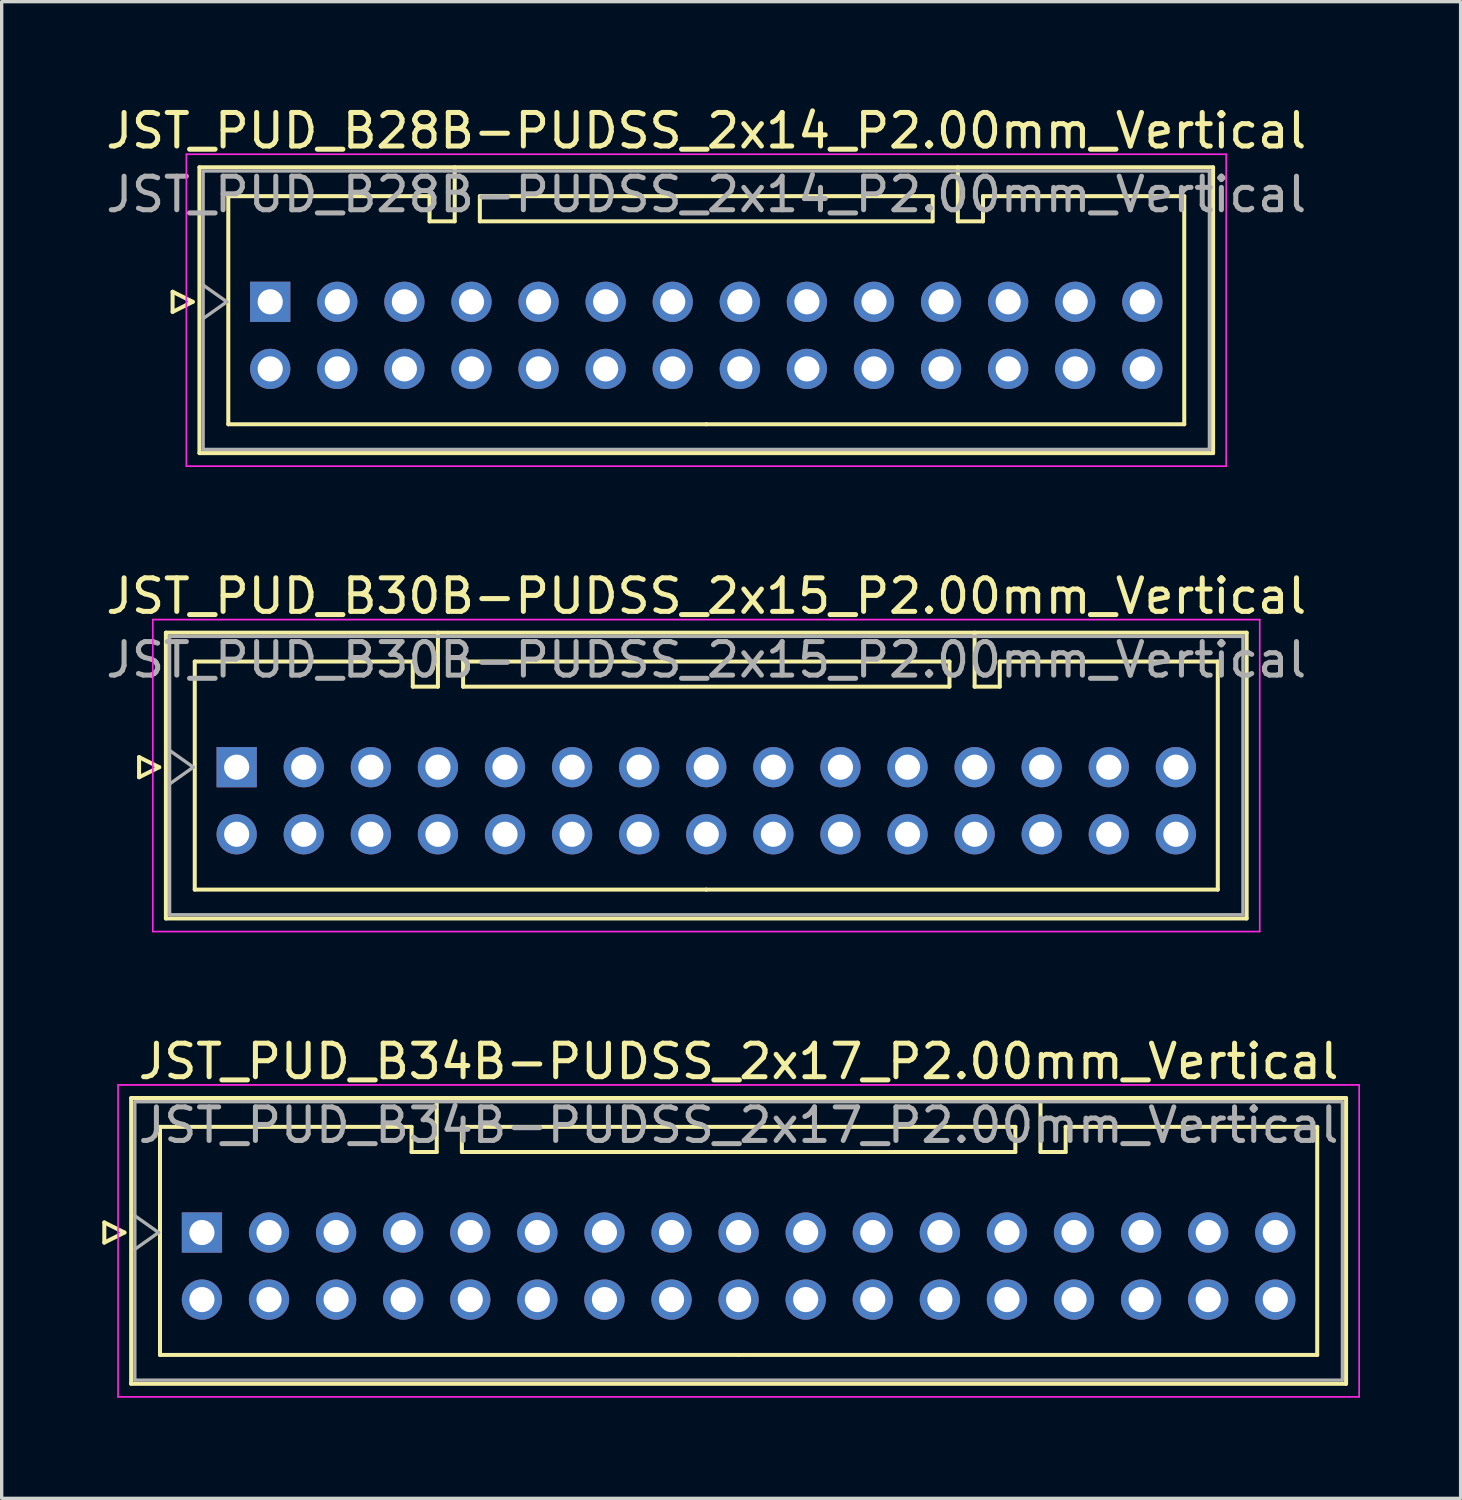
<source format=kicad_pcb>
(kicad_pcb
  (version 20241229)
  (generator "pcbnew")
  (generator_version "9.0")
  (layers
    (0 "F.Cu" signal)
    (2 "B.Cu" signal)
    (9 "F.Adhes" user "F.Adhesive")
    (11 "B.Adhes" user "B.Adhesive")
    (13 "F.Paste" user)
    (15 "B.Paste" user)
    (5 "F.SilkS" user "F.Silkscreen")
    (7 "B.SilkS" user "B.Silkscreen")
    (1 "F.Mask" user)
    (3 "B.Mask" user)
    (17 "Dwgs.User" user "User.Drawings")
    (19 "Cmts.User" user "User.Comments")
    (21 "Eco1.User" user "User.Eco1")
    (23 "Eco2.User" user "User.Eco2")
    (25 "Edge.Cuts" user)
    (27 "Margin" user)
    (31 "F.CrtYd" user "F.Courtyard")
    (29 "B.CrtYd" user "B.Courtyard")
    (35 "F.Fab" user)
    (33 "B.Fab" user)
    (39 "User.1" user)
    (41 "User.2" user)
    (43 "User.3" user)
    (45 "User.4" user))
  (footprint "JST_PUD_B34B-PUDSS_2x17_P2.00mm_Vertical"
    (layer "F.Cu")
    (at 2.97 33.695)
    (property "Reference" "JST_PUD_B34B-PUDSS_2x17_P2.00mm_Vertical" (at 16 -5.1 0) (layer "F.SilkS") (effects (font (size 1 1) (thickness 0.15))))
    (attr through_hole)
    (fp_line (start -2.91 -0.3) (end -2.31 0) (stroke (width 0.12) (type solid)) (layer "F.SilkS"))
    (fp_line (start -2.91 0.3) (end -2.91 -0.3) (stroke (width 0.12) (type solid)) (layer "F.SilkS"))
    (fp_line (start -2.31 0) (end -2.91 0.3) (stroke (width 0.12) (type solid)) (layer "F.SilkS"))
    (fp_line (start -2.11 -4.01) (end -2.11 4.51) (stroke (width 0.12) (type solid)) (layer "F.SilkS"))
    (fp_line (start -2.11 4.51) (end 34.11 4.51) (stroke (width 0.12) (type solid)) (layer "F.SilkS"))
    (fp_line (start -1.25 -3.15) (end -1.25 3.65) (stroke (width 0.12) (type solid)) (layer "F.SilkS"))
    (fp_line (start -1.25 3.65) (end 16 3.65) (stroke (width 0.12) (type solid)) (layer "F.SilkS"))
    (fp_line (start 6.25 -3.15) (end -1.25 -3.15) (stroke (width 0.12) (type solid)) (layer "F.SilkS"))
    (fp_line (start 6.25 -2.4) (end 6.25 -3.15) (stroke (width 0.12) (type solid)) (layer "F.SilkS"))
    (fp_line (start 7 -4.01) (end 7 -2.4) (stroke (width 0.12) (type solid)) (layer "F.SilkS"))
    (fp_line (start 7 -2.4) (end 6.25 -2.4) (stroke (width 0.12) (type solid)) (layer "F.SilkS"))
    (fp_line (start 7.75 -3.15) (end 7.75 -2.4) (stroke (width 0.12) (type solid)) (layer "F.SilkS"))
    (fp_line (start 7.75 -2.4) (end 24.25 -2.4) (stroke (width 0.12) (type solid)) (layer "F.SilkS"))
    (fp_line (start 24.25 -3.15) (end 7.75 -3.15) (stroke (width 0.12) (type solid)) (layer "F.SilkS"))
    (fp_line (start 24.25 -2.4) (end 24.25 -3.15) (stroke (width 0.12) (type solid)) (layer "F.SilkS"))
    (fp_line (start 25 -4.01) (end 25 -2.4) (stroke (width 0.12) (type solid)) (layer "F.SilkS"))
    (fp_line (start 25 -2.4) (end 25.75 -2.4) (stroke (width 0.12) (type solid)) (layer "F.SilkS"))
    (fp_line (start 25.75 -3.15) (end 33.25 -3.15) (stroke (width 0.12) (type solid)) (layer "F.SilkS"))
    (fp_line (start 25.75 -2.4) (end 25.75 -3.15) (stroke (width 0.12) (type solid)) (layer "F.SilkS"))
    (fp_line (start 33.25 -3.15) (end 33.25 3.65) (stroke (width 0.12) (type solid)) (layer "F.SilkS"))
    (fp_line (start 33.25 3.65) (end 16 3.65) (stroke (width 0.12) (type solid)) (layer "F.SilkS"))
    (fp_line (start 34.11 -4.01) (end -2.11 -4.01) (stroke (width 0.12) (type solid)) (layer "F.SilkS"))
    (fp_line (start 34.11 4.51) (end 34.11 -4.01) (stroke (width 0.12) (type solid)) (layer "F.SilkS"))
    (fp_line (start -2.5 -4.4) (end -2.5 4.9) (stroke (width 0.05) (type solid)) (layer "F.CrtYd"))
    (fp_line (start -2.5 4.9) (end 34.5 4.9) (stroke (width 0.05) (type solid)) (layer "F.CrtYd"))
    (fp_line (start 34.5 -4.4) (end -2.5 -4.4) (stroke (width 0.05) (type solid)) (layer "F.CrtYd"))
    (fp_line (start 34.5 4.9) (end 34.5 -4.4) (stroke (width 0.05) (type solid)) (layer "F.CrtYd"))
    (fp_line (start -2 -3.9) (end -2 4.4) (stroke (width 0.1) (type solid)) (layer "F.Fab"))
    (fp_line (start -2 0.5) (end -1.293 0) (stroke (width 0.1) (type solid)) (layer "F.Fab"))
    (fp_line (start -2 4.4) (end 34 4.4) (stroke (width 0.1) (type solid)) (layer "F.Fab"))
    (fp_line (start -1.293 0) (end -2 -0.5) (stroke (width 0.1) (type solid)) (layer "F.Fab"))
    (fp_line (start 34 -3.9) (end -2 -3.9) (stroke (width 0.1) (type solid)) (layer "F.Fab"))
    (fp_line (start 34 4.4) (end 34 -3.9) (stroke (width 0.1) (type solid)) (layer "F.Fab"))
    (fp_text user "${REFERENCE}" (at 16 -3.2 0) (layer "F.Fab") (effects (font (size 1 1) (thickness 0.15))))
    (pad "1" thru_hole rect (at 0 0) (size 1.2 1.2) (drill 0.75) (layers "*.Cu" "*.Mask"))
    (pad "2" thru_hole circle (at 0 2) (size 1.2 1.2) (drill 0.75) (layers "*.Cu" "*.Mask"))
    (pad "3" thru_hole circle (at 2 0) (size 1.2 1.2) (drill 0.75) (layers "*.Cu" "*.Mask"))
    (pad "4" thru_hole circle (at 2 2) (size 1.2 1.2) (drill 0.75) (layers "*.Cu" "*.Mask"))
    (pad "5" thru_hole circle (at 4 0) (size 1.2 1.2) (drill 0.75) (layers "*.Cu" "*.Mask"))
    (pad "6" thru_hole circle (at 4 2) (size 1.2 1.2) (drill 0.75) (layers "*.Cu" "*.Mask"))
    (pad "7" thru_hole circle (at 6 0) (size 1.2 1.2) (drill 0.75) (layers "*.Cu" "*.Mask"))
    (pad "8" thru_hole circle (at 6 2) (size 1.2 1.2) (drill 0.75) (layers "*.Cu" "*.Mask"))
    (pad "9" thru_hole circle (at 8 0) (size 1.2 1.2) (drill 0.75) (layers "*.Cu" "*.Mask"))
    (pad "10" thru_hole circle (at 8 2) (size 1.2 1.2) (drill 0.75) (layers "*.Cu" "*.Mask"))
    (pad "11" thru_hole circle (at 10 0) (size 1.2 1.2) (drill 0.75) (layers "*.Cu" "*.Mask"))
    (pad "12" thru_hole circle (at 10 2) (size 1.2 1.2) (drill 0.75) (layers "*.Cu" "*.Mask"))
    (pad "13" thru_hole circle (at 12 0) (size 1.2 1.2) (drill 0.75) (layers "*.Cu" "*.Mask"))
    (pad "14" thru_hole circle (at 12 2) (size 1.2 1.2) (drill 0.75) (layers "*.Cu" "*.Mask"))
    (pad "15" thru_hole circle (at 14 0) (size 1.2 1.2) (drill 0.75) (layers "*.Cu" "*.Mask"))
    (pad "16" thru_hole circle (at 14 2) (size 1.2 1.2) (drill 0.75) (layers "*.Cu" "*.Mask"))
    (pad "17" thru_hole circle (at 16 0) (size 1.2 1.2) (drill 0.75) (layers "*.Cu" "*.Mask"))
    (pad "18" thru_hole circle (at 16 2) (size 1.2 1.2) (drill 0.75) (layers "*.Cu" "*.Mask"))
    (pad "19" thru_hole circle (at 18 0) (size 1.2 1.2) (drill 0.75) (layers "*.Cu" "*.Mask"))
    (pad "20" thru_hole circle (at 18 2) (size 1.2 1.2) (drill 0.75) (layers "*.Cu" "*.Mask"))
    (pad "21" thru_hole circle (at 20 0) (size 1.2 1.2) (drill 0.75) (layers "*.Cu" "*.Mask"))
    (pad "22" thru_hole circle (at 20 2) (size 1.2 1.2) (drill 0.75) (layers "*.Cu" "*.Mask"))
    (pad "23" thru_hole circle (at 22 0) (size 1.2 1.2) (drill 0.75) (layers "*.Cu" "*.Mask"))
    (pad "24" thru_hole circle (at 22 2) (size 1.2 1.2) (drill 0.75) (layers "*.Cu" "*.Mask"))
    (pad "25" thru_hole circle (at 24 0) (size 1.2 1.2) (drill 0.75) (layers "*.Cu" "*.Mask"))
    (pad "26" thru_hole circle (at 24 2) (size 1.2 1.2) (drill 0.75) (layers "*.Cu" "*.Mask"))
    (pad "27" thru_hole circle (at 26 0) (size 1.2 1.2) (drill 0.75) (layers "*.Cu" "*.Mask"))
    (pad "28" thru_hole circle (at 26 2) (size 1.2 1.2) (drill 0.75) (layers "*.Cu" "*.Mask"))
    (pad "29" thru_hole circle (at 28 0) (size 1.2 1.2) (drill 0.75) (layers "*.Cu" "*.Mask"))
    (pad "30" thru_hole circle (at 28 2) (size 1.2 1.2) (drill 0.75) (layers "*.Cu" "*.Mask"))
    (pad "31" thru_hole circle (at 30 0) (size 1.2 1.2) (drill 0.75) (layers "*.Cu" "*.Mask"))
    (pad "32" thru_hole circle (at 30 2) (size 1.2 1.2) (drill 0.75) (layers "*.Cu" "*.Mask"))
    (pad "33" thru_hole circle (at 32 0) (size 1.2 1.2) (drill 0.75) (layers "*.Cu" "*.Mask"))
    (pad "34" thru_hole circle (at 32 2) (size 1.2 1.2) (drill 0.75) (layers "*.Cu" "*.Mask")))
  (footprint "JST_PUD_B28B-PUDSS_2x14_P2.00mm_Vertical"
    (layer "F.Cu")
    (at 5.006 5.948)
    (property "Reference" "JST_PUD_B28B-PUDSS_2x14_P2.00mm_Vertical" (at 13 -5.1 0) (layer "F.SilkS") (effects (font (size 1 1) (thickness 0.15))))
    (attr through_hole)
    (fp_line (start -2.91 -0.3) (end -2.31 0) (stroke (width 0.12) (type solid)) (layer "F.SilkS"))
    (fp_line (start -2.91 0.3) (end -2.91 -0.3) (stroke (width 0.12) (type solid)) (layer "F.SilkS"))
    (fp_line (start -2.31 0) (end -2.91 0.3) (stroke (width 0.12) (type solid)) (layer "F.SilkS"))
    (fp_line (start -2.11 -4.01) (end -2.11 4.51) (stroke (width 0.12) (type solid)) (layer "F.SilkS"))
    (fp_line (start -2.11 4.51) (end 28.11 4.51) (stroke (width 0.12) (type solid)) (layer "F.SilkS"))
    (fp_line (start -1.25 -3.15) (end -1.25 3.65) (stroke (width 0.12) (type solid)) (layer "F.SilkS"))
    (fp_line (start -1.25 3.65) (end 13 3.65) (stroke (width 0.12) (type solid)) (layer "F.SilkS"))
    (fp_line (start 4.75 -3.15) (end -1.25 -3.15) (stroke (width 0.12) (type solid)) (layer "F.SilkS"))
    (fp_line (start 4.75 -2.4) (end 4.75 -3.15) (stroke (width 0.12) (type solid)) (layer "F.SilkS"))
    (fp_line (start 5.5 -4.01) (end 5.5 -2.4) (stroke (width 0.12) (type solid)) (layer "F.SilkS"))
    (fp_line (start 5.5 -2.4) (end 4.75 -2.4) (stroke (width 0.12) (type solid)) (layer "F.SilkS"))
    (fp_line (start 6.25 -3.15) (end 6.25 -2.4) (stroke (width 0.12) (type solid)) (layer "F.SilkS"))
    (fp_line (start 6.25 -2.4) (end 19.75 -2.4) (stroke (width 0.12) (type solid)) (layer "F.SilkS"))
    (fp_line (start 19.75 -3.15) (end 6.25 -3.15) (stroke (width 0.12) (type solid)) (layer "F.SilkS"))
    (fp_line (start 19.75 -2.4) (end 19.75 -3.15) (stroke (width 0.12) (type solid)) (layer "F.SilkS"))
    (fp_line (start 20.5 -4.01) (end 20.5 -2.4) (stroke (width 0.12) (type solid)) (layer "F.SilkS"))
    (fp_line (start 20.5 -2.4) (end 21.25 -2.4) (stroke (width 0.12) (type solid)) (layer "F.SilkS"))
    (fp_line (start 21.25 -3.15) (end 27.25 -3.15) (stroke (width 0.12) (type solid)) (layer "F.SilkS"))
    (fp_line (start 21.25 -2.4) (end 21.25 -3.15) (stroke (width 0.12) (type solid)) (layer "F.SilkS"))
    (fp_line (start 27.25 -3.15) (end 27.25 3.65) (stroke (width 0.12) (type solid)) (layer "F.SilkS"))
    (fp_line (start 27.25 3.65) (end 13 3.65) (stroke (width 0.12) (type solid)) (layer "F.SilkS"))
    (fp_line (start 28.11 -4.01) (end -2.11 -4.01) (stroke (width 0.12) (type solid)) (layer "F.SilkS"))
    (fp_line (start 28.11 4.51) (end 28.11 -4.01) (stroke (width 0.12) (type solid)) (layer "F.SilkS"))
    (fp_line (start -2.5 -4.4) (end -2.5 4.9) (stroke (width 0.05) (type solid)) (layer "F.CrtYd"))
    (fp_line (start -2.5 4.9) (end 28.5 4.9) (stroke (width 0.05) (type solid)) (layer "F.CrtYd"))
    (fp_line (start 28.5 -4.4) (end -2.5 -4.4) (stroke (width 0.05) (type solid)) (layer "F.CrtYd"))
    (fp_line (start 28.5 4.9) (end 28.5 -4.4) (stroke (width 0.05) (type solid)) (layer "F.CrtYd"))
    (fp_line (start -2 -3.9) (end -2 4.4) (stroke (width 0.1) (type solid)) (layer "F.Fab"))
    (fp_line (start -2 0.5) (end -1.293 0) (stroke (width 0.1) (type solid)) (layer "F.Fab"))
    (fp_line (start -2 4.4) (end 28 4.4) (stroke (width 0.1) (type solid)) (layer "F.Fab"))
    (fp_line (start -1.293 0) (end -2 -0.5) (stroke (width 0.1) (type solid)) (layer "F.Fab"))
    (fp_line (start 28 -3.9) (end -2 -3.9) (stroke (width 0.1) (type solid)) (layer "F.Fab"))
    (fp_line (start 28 4.4) (end 28 -3.9) (stroke (width 0.1) (type solid)) (layer "F.Fab"))
    (fp_text user "${REFERENCE}" (at 13 -3.2 0) (layer "F.Fab") (effects (font (size 1 1) (thickness 0.15))))
    (pad "1" thru_hole rect (at 0 0) (size 1.2 1.2) (drill 0.75) (layers "*.Cu" "*.Mask"))
    (pad "2" thru_hole circle (at 0 2) (size 1.2 1.2) (drill 0.75) (layers "*.Cu" "*.Mask"))
    (pad "3" thru_hole circle (at 2 0) (size 1.2 1.2) (drill 0.75) (layers "*.Cu" "*.Mask"))
    (pad "4" thru_hole circle (at 2 2) (size 1.2 1.2) (drill 0.75) (layers "*.Cu" "*.Mask"))
    (pad "5" thru_hole circle (at 4 0) (size 1.2 1.2) (drill 0.75) (layers "*.Cu" "*.Mask"))
    (pad "6" thru_hole circle (at 4 2) (size 1.2 1.2) (drill 0.75) (layers "*.Cu" "*.Mask"))
    (pad "7" thru_hole circle (at 6 0) (size 1.2 1.2) (drill 0.75) (layers "*.Cu" "*.Mask"))
    (pad "8" thru_hole circle (at 6 2) (size 1.2 1.2) (drill 0.75) (layers "*.Cu" "*.Mask"))
    (pad "9" thru_hole circle (at 8 0) (size 1.2 1.2) (drill 0.75) (layers "*.Cu" "*.Mask"))
    (pad "10" thru_hole circle (at 8 2) (size 1.2 1.2) (drill 0.75) (layers "*.Cu" "*.Mask"))
    (pad "11" thru_hole circle (at 10 0) (size 1.2 1.2) (drill 0.75) (layers "*.Cu" "*.Mask"))
    (pad "12" thru_hole circle (at 10 2) (size 1.2 1.2) (drill 0.75) (layers "*.Cu" "*.Mask"))
    (pad "13" thru_hole circle (at 12 0) (size 1.2 1.2) (drill 0.75) (layers "*.Cu" "*.Mask"))
    (pad "14" thru_hole circle (at 12 2) (size 1.2 1.2) (drill 0.75) (layers "*.Cu" "*.Mask"))
    (pad "15" thru_hole circle (at 14 0) (size 1.2 1.2) (drill 0.75) (layers "*.Cu" "*.Mask"))
    (pad "16" thru_hole circle (at 14 2) (size 1.2 1.2) (drill 0.75) (layers "*.Cu" "*.Mask"))
    (pad "17" thru_hole circle (at 16 0) (size 1.2 1.2) (drill 0.75) (layers "*.Cu" "*.Mask"))
    (pad "18" thru_hole circle (at 16 2) (size 1.2 1.2) (drill 0.75) (layers "*.Cu" "*.Mask"))
    (pad "19" thru_hole circle (at 18 0) (size 1.2 1.2) (drill 0.75) (layers "*.Cu" "*.Mask"))
    (pad "20" thru_hole circle (at 18 2) (size 1.2 1.2) (drill 0.75) (layers "*.Cu" "*.Mask"))
    (pad "21" thru_hole circle (at 20 0) (size 1.2 1.2) (drill 0.75) (layers "*.Cu" "*.Mask"))
    (pad "22" thru_hole circle (at 20 2) (size 1.2 1.2) (drill 0.75) (layers "*.Cu" "*.Mask"))
    (pad "23" thru_hole circle (at 22 0) (size 1.2 1.2) (drill 0.75) (layers "*.Cu" "*.Mask"))
    (pad "24" thru_hole circle (at 22 2) (size 1.2 1.2) (drill 0.75) (layers "*.Cu" "*.Mask"))
    (pad "25" thru_hole circle (at 24 0) (size 1.2 1.2) (drill 0.75) (layers "*.Cu" "*.Mask"))
    (pad "26" thru_hole circle (at 24 2) (size 1.2 1.2) (drill 0.75) (layers "*.Cu" "*.Mask"))
    (pad "27" thru_hole circle (at 26 0) (size 1.2 1.2) (drill 0.75) (layers "*.Cu" "*.Mask"))
    (pad "28" thru_hole circle (at 26 2) (size 1.2 1.2) (drill 0.75) (layers "*.Cu" "*.Mask")))
  (footprint "JST_PUD_B30B-PUDSS_2x15_P2.00mm_Vertical"
    (layer "F.Cu")
    (at 4.006 19.822)
    (property "Reference" "JST_PUD_B30B-PUDSS_2x15_P2.00mm_Vertical" (at 14 -5.1 0) (layer "F.SilkS") (effects (font (size 1 1) (thickness 0.15))))
    (attr through_hole)
    (fp_line (start -2.91 -0.3) (end -2.31 0) (stroke (width 0.12) (type solid)) (layer "F.SilkS"))
    (fp_line (start -2.91 0.3) (end -2.91 -0.3) (stroke (width 0.12) (type solid)) (layer "F.SilkS"))
    (fp_line (start -2.31 0) (end -2.91 0.3) (stroke (width 0.12) (type solid)) (layer "F.SilkS"))
    (fp_line (start -2.11 -4.01) (end -2.11 4.51) (stroke (width 0.12) (type solid)) (layer "F.SilkS"))
    (fp_line (start -2.11 4.51) (end 30.11 4.51) (stroke (width 0.12) (type solid)) (layer "F.SilkS"))
    (fp_line (start -1.25 -3.15) (end -1.25 3.65) (stroke (width 0.12) (type solid)) (layer "F.SilkS"))
    (fp_line (start -1.25 3.65) (end 14 3.65) (stroke (width 0.12) (type solid)) (layer "F.SilkS"))
    (fp_line (start 5.25 -3.15) (end -1.25 -3.15) (stroke (width 0.12) (type solid)) (layer "F.SilkS"))
    (fp_line (start 5.25 -2.4) (end 5.25 -3.15) (stroke (width 0.12) (type solid)) (layer "F.SilkS"))
    (fp_line (start 6 -4.01) (end 6 -2.4) (stroke (width 0.12) (type solid)) (layer "F.SilkS"))
    (fp_line (start 6 -2.4) (end 5.25 -2.4) (stroke (width 0.12) (type solid)) (layer "F.SilkS"))
    (fp_line (start 6.75 -3.15) (end 6.75 -2.4) (stroke (width 0.12) (type solid)) (layer "F.SilkS"))
    (fp_line (start 6.75 -2.4) (end 21.25 -2.4) (stroke (width 0.12) (type solid)) (layer "F.SilkS"))
    (fp_line (start 21.25 -3.15) (end 6.75 -3.15) (stroke (width 0.12) (type solid)) (layer "F.SilkS"))
    (fp_line (start 21.25 -2.4) (end 21.25 -3.15) (stroke (width 0.12) (type solid)) (layer "F.SilkS"))
    (fp_line (start 22 -4.01) (end 22 -2.4) (stroke (width 0.12) (type solid)) (layer "F.SilkS"))
    (fp_line (start 22 -2.4) (end 22.75 -2.4) (stroke (width 0.12) (type solid)) (layer "F.SilkS"))
    (fp_line (start 22.75 -3.15) (end 29.25 -3.15) (stroke (width 0.12) (type solid)) (layer "F.SilkS"))
    (fp_line (start 22.75 -2.4) (end 22.75 -3.15) (stroke (width 0.12) (type solid)) (layer "F.SilkS"))
    (fp_line (start 29.25 -3.15) (end 29.25 3.65) (stroke (width 0.12) (type solid)) (layer "F.SilkS"))
    (fp_line (start 29.25 3.65) (end 14 3.65) (stroke (width 0.12) (type solid)) (layer "F.SilkS"))
    (fp_line (start 30.11 -4.01) (end -2.11 -4.01) (stroke (width 0.12) (type solid)) (layer "F.SilkS"))
    (fp_line (start 30.11 4.51) (end 30.11 -4.01) (stroke (width 0.12) (type solid)) (layer "F.SilkS"))
    (fp_line (start -2.5 -4.4) (end -2.5 4.9) (stroke (width 0.05) (type solid)) (layer "F.CrtYd"))
    (fp_line (start -2.5 4.9) (end 30.5 4.9) (stroke (width 0.05) (type solid)) (layer "F.CrtYd"))
    (fp_line (start 30.5 -4.4) (end -2.5 -4.4) (stroke (width 0.05) (type solid)) (layer "F.CrtYd"))
    (fp_line (start 30.5 4.9) (end 30.5 -4.4) (stroke (width 0.05) (type solid)) (layer "F.CrtYd"))
    (fp_line (start -2 -3.9) (end -2 4.4) (stroke (width 0.1) (type solid)) (layer "F.Fab"))
    (fp_line (start -2 0.5) (end -1.293 0) (stroke (width 0.1) (type solid)) (layer "F.Fab"))
    (fp_line (start -2 4.4) (end 30 4.4) (stroke (width 0.1) (type solid)) (layer "F.Fab"))
    (fp_line (start -1.293 0) (end -2 -0.5) (stroke (width 0.1) (type solid)) (layer "F.Fab"))
    (fp_line (start 30 -3.9) (end -2 -3.9) (stroke (width 0.1) (type solid)) (layer "F.Fab"))
    (fp_line (start 30 4.4) (end 30 -3.9) (stroke (width 0.1) (type solid)) (layer "F.Fab"))
    (fp_text user "${REFERENCE}" (at 14 -3.2 0) (layer "F.Fab") (effects (font (size 1 1) (thickness 0.15))))
    (pad "1" thru_hole rect (at 0 0) (size 1.2 1.2) (drill 0.75) (layers "*.Cu" "*.Mask"))
    (pad "2" thru_hole circle (at 0 2) (size 1.2 1.2) (drill 0.75) (layers "*.Cu" "*.Mask"))
    (pad "3" thru_hole circle (at 2 0) (size 1.2 1.2) (drill 0.75) (layers "*.Cu" "*.Mask"))
    (pad "4" thru_hole circle (at 2 2) (size 1.2 1.2) (drill 0.75) (layers "*.Cu" "*.Mask"))
    (pad "5" thru_hole circle (at 4 0) (size 1.2 1.2) (drill 0.75) (layers "*.Cu" "*.Mask"))
    (pad "6" thru_hole circle (at 4 2) (size 1.2 1.2) (drill 0.75) (layers "*.Cu" "*.Mask"))
    (pad "7" thru_hole circle (at 6 0) (size 1.2 1.2) (drill 0.75) (layers "*.Cu" "*.Mask"))
    (pad "8" thru_hole circle (at 6 2) (size 1.2 1.2) (drill 0.75) (layers "*.Cu" "*.Mask"))
    (pad "9" thru_hole circle (at 8 0) (size 1.2 1.2) (drill 0.75) (layers "*.Cu" "*.Mask"))
    (pad "10" thru_hole circle (at 8 2) (size 1.2 1.2) (drill 0.75) (layers "*.Cu" "*.Mask"))
    (pad "11" thru_hole circle (at 10 0) (size 1.2 1.2) (drill 0.75) (layers "*.Cu" "*.Mask"))
    (pad "12" thru_hole circle (at 10 2) (size 1.2 1.2) (drill 0.75) (layers "*.Cu" "*.Mask"))
    (pad "13" thru_hole circle (at 12 0) (size 1.2 1.2) (drill 0.75) (layers "*.Cu" "*.Mask"))
    (pad "14" thru_hole circle (at 12 2) (size 1.2 1.2) (drill 0.75) (layers "*.Cu" "*.Mask"))
    (pad "15" thru_hole circle (at 14 0) (size 1.2 1.2) (drill 0.75) (layers "*.Cu" "*.Mask"))
    (pad "16" thru_hole circle (at 14 2) (size 1.2 1.2) (drill 0.75) (layers "*.Cu" "*.Mask"))
    (pad "17" thru_hole circle (at 16 0) (size 1.2 1.2) (drill 0.75) (layers "*.Cu" "*.Mask"))
    (pad "18" thru_hole circle (at 16 2) (size 1.2 1.2) (drill 0.75) (layers "*.Cu" "*.Mask"))
    (pad "19" thru_hole circle (at 18 0) (size 1.2 1.2) (drill 0.75) (layers "*.Cu" "*.Mask"))
    (pad "20" thru_hole circle (at 18 2) (size 1.2 1.2) (drill 0.75) (layers "*.Cu" "*.Mask"))
    (pad "21" thru_hole circle (at 20 0) (size 1.2 1.2) (drill 0.75) (layers "*.Cu" "*.Mask"))
    (pad "22" thru_hole circle (at 20 2) (size 1.2 1.2) (drill 0.75) (layers "*.Cu" "*.Mask"))
    (pad "23" thru_hole circle (at 22 0) (size 1.2 1.2) (drill 0.75) (layers "*.Cu" "*.Mask"))
    (pad "24" thru_hole circle (at 22 2) (size 1.2 1.2) (drill 0.75) (layers "*.Cu" "*.Mask"))
    (pad "25" thru_hole circle (at 24 0) (size 1.2 1.2) (drill 0.75) (layers "*.Cu" "*.Mask"))
    (pad "26" thru_hole circle (at 24 2) (size 1.2 1.2) (drill 0.75) (layers "*.Cu" "*.Mask"))
    (pad "27" thru_hole circle (at 26 0) (size 1.2 1.2) (drill 0.75) (layers "*.Cu" "*.Mask"))
    (pad "28" thru_hole circle (at 26 2) (size 1.2 1.2) (drill 0.75) (layers "*.Cu" "*.Mask"))
    (pad "29" thru_hole circle (at 28 0) (size 1.2 1.2) (drill 0.75) (layers "*.Cu" "*.Mask"))
    (pad "30" thru_hole circle (at 28 2) (size 1.2 1.2) (drill 0.75) (layers "*.Cu" "*.Mask")))
  (gr_rect
    (start -3 -3)
    (end 40.495 41.62)
    (stroke (width 0.1) (type default))
    (fill no)
    (layer "Edge.Cuts")))
</source>
